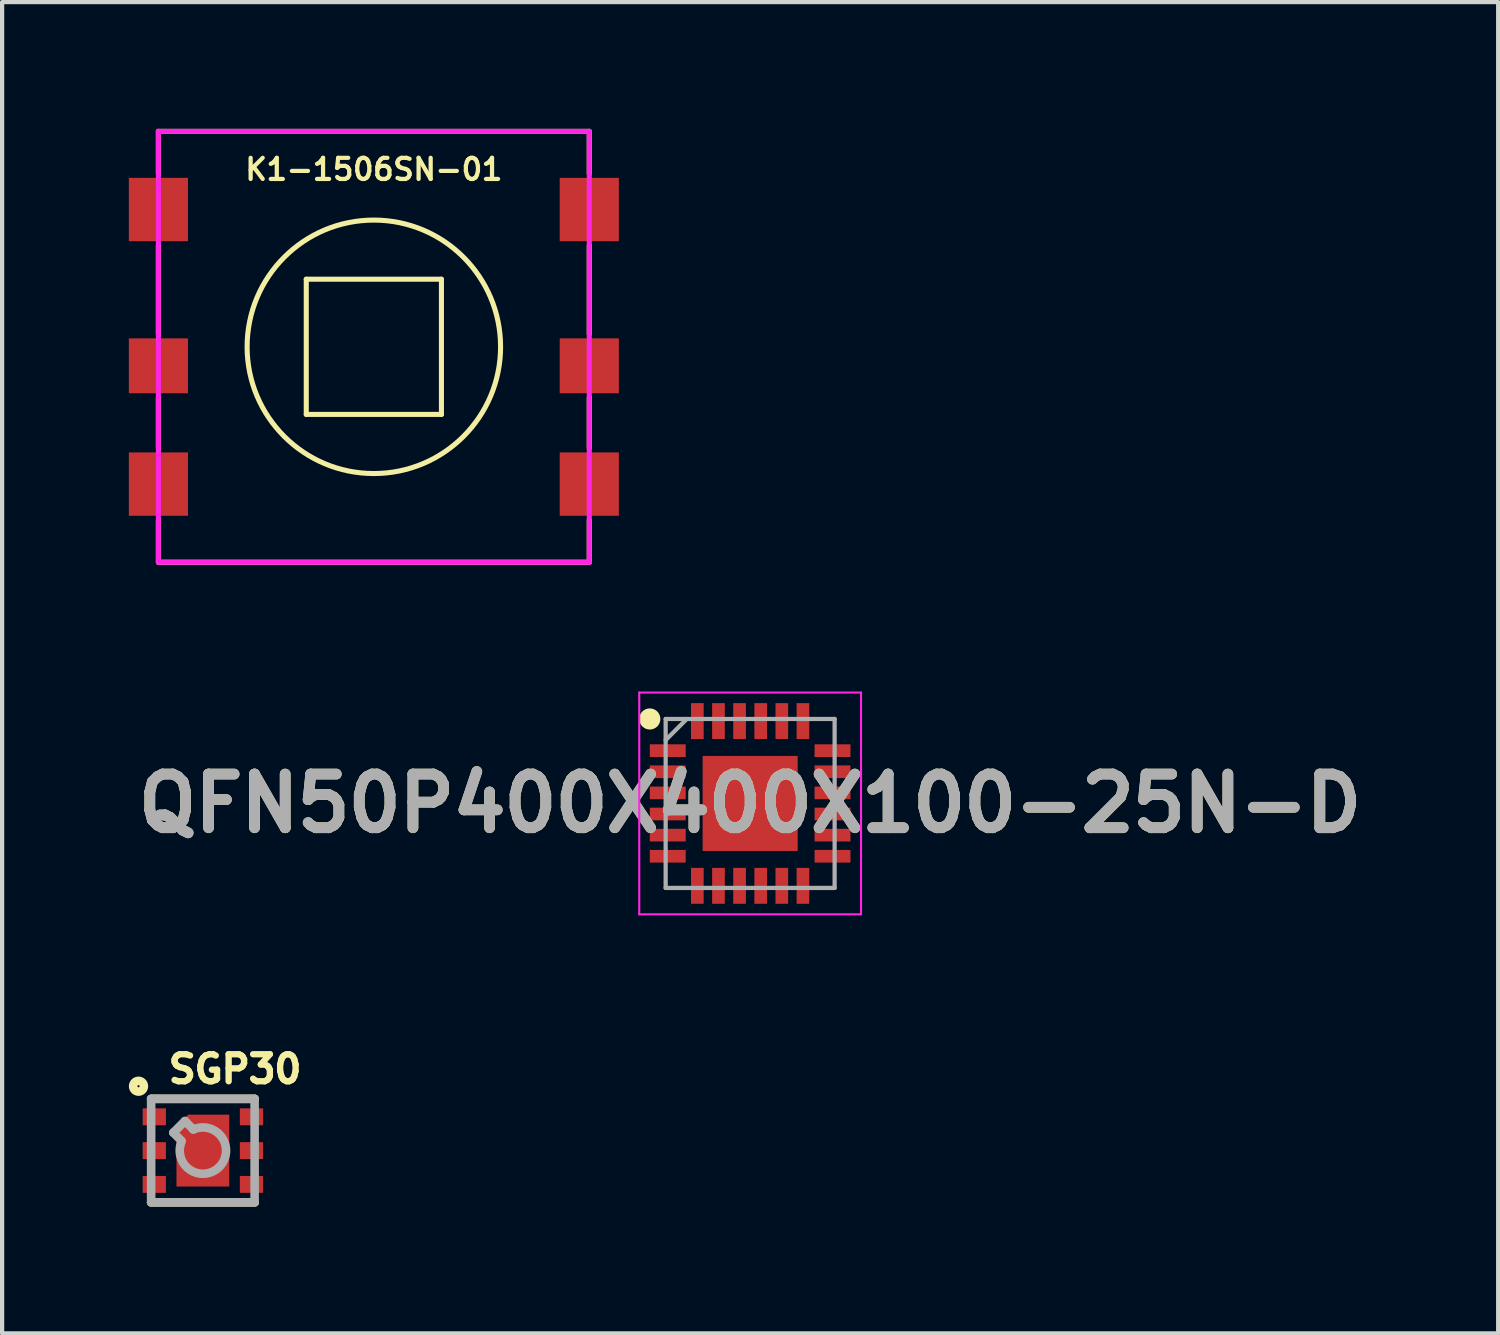
<source format=kicad_pcb>
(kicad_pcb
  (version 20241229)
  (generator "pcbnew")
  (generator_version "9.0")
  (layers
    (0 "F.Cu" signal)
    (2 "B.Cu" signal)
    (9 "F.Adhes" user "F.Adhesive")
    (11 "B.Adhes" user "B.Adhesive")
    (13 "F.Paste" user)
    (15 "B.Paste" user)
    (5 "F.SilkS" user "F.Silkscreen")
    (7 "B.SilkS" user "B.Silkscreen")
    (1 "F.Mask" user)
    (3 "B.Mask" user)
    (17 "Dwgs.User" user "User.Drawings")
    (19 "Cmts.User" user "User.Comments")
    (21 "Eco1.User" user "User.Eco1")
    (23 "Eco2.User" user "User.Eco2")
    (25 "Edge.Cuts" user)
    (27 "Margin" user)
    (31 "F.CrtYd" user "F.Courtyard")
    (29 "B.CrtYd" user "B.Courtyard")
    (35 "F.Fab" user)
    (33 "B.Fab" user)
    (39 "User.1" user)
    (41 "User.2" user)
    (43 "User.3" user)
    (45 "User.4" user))
  (footprint "SGP30"
    (layer "F.Cu")
    (at 1.753 24.188)
    (property "Reference" "SGP30" (at 0.762 -1.93 0) (layer "F.SilkS") (effects (font (size 0.64 0.64) (thickness 0.15))))
    (attr through_hole)
    (fp_poly (pts (xy -0.725 0.95) (xy 0.725 0.95) (xy 0.725 -0.95) (xy -0.4 -0.95) (xy -0.725 -0.625)) (stroke (width 0.0001) (type solid)) (fill yes) (layer "F.Mask"))
    (fp_line (start -1.225 -1.225) (end 1.225 -1.225) (stroke (width 0.203) (type solid)) (layer "F.SilkS"))
    (fp_line (start 1.225 1.225) (end -1.225 1.225) (stroke (width 0.203) (type solid)) (layer "F.SilkS"))
    (fp_circle (center -1.524 -1.524) (end -1.397 -1.524) (stroke (width 0.203) (type solid)) (fill no) (layer "F.SilkS"))
    (fp_poly (pts (xy -1.525 -1) (xy -0.975 -1) (xy -0.975 -0.6) (xy -1.525 -0.6)) (stroke (width 0.01) (type solid)) (fill yes) (layer "F.Paste"))
    (fp_poly (pts (xy -1.525 -0.2) (xy -0.975 -0.2) (xy -0.975 0.2) (xy -1.525 0.2)) (stroke (width 0.01) (type solid)) (fill yes) (layer "F.Paste"))
    (fp_poly (pts (xy -1.525 0.6) (xy -0.975 0.6) (xy -0.975 1) (xy -1.525 1)) (stroke (width 0.01) (type solid)) (fill yes) (layer "F.Paste"))
    (fp_poly (pts (xy -0.3 -0.425) (xy 0.3 -0.425) (xy 0.3 0.425) (xy -0.3 0.425)) (stroke (width 0.01) (type solid)) (fill yes) (layer "F.Paste"))
    (fp_poly (pts (xy 0.975 -1) (xy 1.525 -1) (xy 1.525 -0.6) (xy 0.975 -0.6)) (stroke (width 0.01) (type solid)) (fill yes) (layer "F.Paste"))
    (fp_poly (pts (xy 0.975 -0.2) (xy 1.525 -0.2) (xy 1.525 0.2) (xy 0.975 0.2)) (stroke (width 0.01) (type solid)) (fill yes) (layer "F.Paste"))
    (fp_poly (pts (xy 0.975 0.6) (xy 1.525 0.6) (xy 1.525 1) (xy 0.975 1)) (stroke (width 0.01) (type solid)) (fill yes) (layer "F.Paste"))
    (fp_line (start -1.225 -1.225) (end -1.225 1.225) (stroke (width 0.203) (type solid)) (layer "F.Fab"))
    (fp_line (start -1.225 1.225) (end 1.225 1.225) (stroke (width 0.203) (type solid)) (layer "F.Fab"))
    (fp_line (start -0.7 -0.425) (end -0.525 -0.25) (stroke (width 0.203) (type solid)) (layer "F.Fab"))
    (fp_line (start -0.425 -0.7) (end -0.7 -0.425) (stroke (width 0.203) (type solid)) (layer "F.Fab"))
    (fp_line (start -0.225 -0.5) (end -0.425 -0.7) (stroke (width 0.203) (type solid)) (layer "F.Fab"))
    (fp_line (start 1.225 -1.225) (end -1.225 -1.225) (stroke (width 0.203) (type solid)) (layer "F.Fab"))
    (fp_line (start 1.225 1.225) (end 1.225 -1.225) (stroke (width 0.203) (type solid)) (layer "F.Fab"))
    (fp_arc (start -0.225 -0.5) (mid 0.387692 0.387692) (end -0.5 -0.225) (stroke (width 0.2032) (type solid)) (layer "F.Fab"))
    (pad "1" smd rect (at -1.15 -0.8) (size 0.55 0.4) (layers "F.Cu" "F.Mask"))
    (pad "2" smd rect (at -1.15 0) (size 0.55 0.4) (layers "F.Cu" "F.Mask"))
    (pad "3" smd rect (at -1.15 0.8) (size 0.55 0.4) (layers "F.Cu" "F.Mask"))
    (pad "4" smd rect (at 1.15 0.8) (size 0.55 0.4) (layers "F.Cu" "F.Mask"))
    (pad "5" smd rect (at 1.15 0) (size 0.55 0.4) (layers "F.Cu" "F.Mask"))
    (pad "6" smd rect (at 1.15 -0.8) (size 0.55 0.4) (layers "F.Cu" "F.Mask"))
    (pad "DIEPAD" smd custom (at 0 0) (size 0.305 0.61) (layers "F.Cu") (options (anchor rect)) (primitives (gr_poly (pts (xy -0.625 0.85) (xy 0.625 0.85) (xy 0.625 -0.85) (xy -0.35 -0.85) (xy -0.625 -0.575)) (width 0.0001) (fill yes)))))
  (footprint "K1-1506SN-01"
    (layer "F.Cu")
    (at 5.8 5.16)
    (property "Reference" "K1-1506SN-01" (at 0 -4.2 0) (layer "F.SilkS") (effects (font (size 0.5 0.5) (thickness 0.1))))
    (attr smd)
    (fp_line (start -5.1 -5.1) (end -5.1 -4.1) (stroke (width 0.12) (type solid)) (layer "F.SilkS"))
    (fp_line (start -5.1 -2.4) (end -5.1 -0.3) (stroke (width 0.12) (type solid)) (layer "F.SilkS"))
    (fp_line (start -5.1 1.2) (end -5.1 2.4) (stroke (width 0.12) (type solid)) (layer "F.SilkS"))
    (fp_line (start -5.1 4.1) (end -5.1 5.1) (stroke (width 0.12) (type solid)) (layer "F.SilkS"))
    (fp_line (start -5.1 5.1) (end 5.1 5.1) (stroke (width 0.12) (type solid)) (layer "F.SilkS"))
    (fp_line (start -1.6 -1.6) (end 1.6 -1.6) (stroke (width 0.12) (type solid)) (layer "F.SilkS"))
    (fp_line (start -1.6 1.6) (end -1.6 -1.6) (stroke (width 0.12) (type solid)) (layer "F.SilkS"))
    (fp_line (start 1.6 1.6) (end -1.6 1.6) (stroke (width 0.12) (type solid)) (layer "F.SilkS"))
    (fp_line (start 1.6 1.6) (end 1.6 -1.6) (stroke (width 0.12) (type solid)) (layer "F.SilkS"))
    (fp_line (start 5.1 -5.1) (end -5.1 -5.1) (stroke (width 0.12) (type solid)) (layer "F.SilkS"))
    (fp_line (start 5.1 -5.1) (end 5.1 -4.1) (stroke (width 0.12) (type solid)) (layer "F.SilkS"))
    (fp_line (start 5.1 -2.4) (end 5.1 -0.3) (stroke (width 0.12) (type solid)) (layer "F.SilkS"))
    (fp_line (start 5.1 1.2) (end 5.1 2.4) (stroke (width 0.12) (type solid)) (layer "F.SilkS"))
    (fp_line (start 5.1 5.1) (end 5.1 4.1) (stroke (width 0.12) (type solid)) (layer "F.SilkS"))
    (fp_circle (center 0 0) (end 3 0) (stroke (width 0.12) (type solid)) (fill no) (layer "F.SilkS"))
    (fp_line (start -5.1 -5.1) (end -5.1 5.1) (stroke (width 0.12) (type solid)) (layer "F.CrtYd"))
    (fp_line (start -5.1 -5.1) (end 5.1 -5.1) (stroke (width 0.12) (type solid)) (layer "F.CrtYd"))
    (fp_line (start -5.1 5.1) (end 5.1 5.1) (stroke (width 0.12) (type solid)) (layer "F.CrtYd"))
    (fp_line (start 5.1 -5.1) (end 5.1 5.1) (stroke (width 0.12) (type solid)) (layer "F.CrtYd"))
    (pad "1" smd rect (at -5.1 -3.25) (size 1.4 1.5) (layers "F.Cu" "F.Mask" "F.Paste"))
    (pad "2" smd rect (at -5.1 0.45) (size 1.4 1.3) (layers "F.Cu" "F.Mask" "F.Paste"))
    (pad "3" smd rect (at -5.1 3.25) (size 1.4 1.5) (layers "F.Cu" "F.Mask" "F.Paste"))
    (pad "4" smd rect (at 5.1 3.25) (size 1.4 1.5) (layers "F.Cu" "F.Mask" "F.Paste"))
    (pad "5" smd rect (at 5.1 0.45) (size 1.4 1.3) (layers "F.Cu" "F.Mask" "F.Paste"))
    (pad "6" smd rect (at 5.1 -3.25) (size 1.4 1.5) (layers "F.Cu" "F.Mask" "F.Paste")))
  (footprint "QFN50P400X400X100-25N-D"
    (layer "F.Cu")
    (at 14.708 15.97)
    (property "Reference" "QFN50P400X400X100-25N-D" (at 0 0 0) (layer "F.SilkS") (effects (font (size 1.27 1.27) (thickness 0.254))))
    (attr smd)
    (fp_circle (center -2.375 -2) (end -2.375 -1.875) (stroke (width 0.25) (type solid)) (fill no) (layer "F.SilkS"))
    (fp_line (start -2.625 -2.625) (end 2.625 -2.625) (stroke (width 0.05) (type solid)) (layer "F.CrtYd"))
    (fp_line (start -2.625 2.625) (end -2.625 -2.625) (stroke (width 0.05) (type solid)) (layer "F.CrtYd"))
    (fp_line (start 2.625 -2.625) (end 2.625 2.625) (stroke (width 0.05) (type solid)) (layer "F.CrtYd"))
    (fp_line (start 2.625 2.625) (end -2.625 2.625) (stroke (width 0.05) (type solid)) (layer "F.CrtYd"))
    (fp_line (start -2 -2) (end 2 -2) (stroke (width 0.1) (type solid)) (layer "F.Fab"))
    (fp_line (start -2 -1.5) (end -1.5 -2) (stroke (width 0.1) (type solid)) (layer "F.Fab"))
    (fp_line (start -2 2) (end -2 -2) (stroke (width 0.1) (type solid)) (layer "F.Fab"))
    (fp_line (start 2 -2) (end 2 2) (stroke (width 0.1) (type solid)) (layer "F.Fab"))
    (fp_line (start 2 2) (end -2 2) (stroke (width 0.1) (type solid)) (layer "F.Fab"))
    (fp_text user "${REFERENCE}" (at 0 0 0) (layer "F.Fab") (effects (font (size 1.27 1.27) (thickness 0.254))))
    (pad "1" smd rect (at -1.95 -1.25 90) (size 0.3 0.85) (layers "F.Cu" "F.Mask" "F.Paste"))
    (pad "2" smd rect (at -1.95 -0.75 90) (size 0.3 0.85) (layers "F.Cu" "F.Mask" "F.Paste"))
    (pad "3" smd rect (at -1.95 -0.25 90) (size 0.3 0.85) (layers "F.Cu" "F.Mask" "F.Paste"))
    (pad "4" smd rect (at -1.95 0.25 90) (size 0.3 0.85) (layers "F.Cu" "F.Mask" "F.Paste"))
    (pad "5" smd rect (at -1.95 0.75 90) (size 0.3 0.85) (layers "F.Cu" "F.Mask" "F.Paste"))
    (pad "6" smd rect (at -1.95 1.25 90) (size 0.3 0.85) (layers "F.Cu" "F.Mask" "F.Paste"))
    (pad "7" smd rect (at -1.25 1.95) (size 0.3 0.85) (layers "F.Cu" "F.Mask" "F.Paste"))
    (pad "8" smd rect (at -0.75 1.95) (size 0.3 0.85) (layers "F.Cu" "F.Mask" "F.Paste"))
    (pad "9" smd rect (at -0.25 1.95) (size 0.3 0.85) (layers "F.Cu" "F.Mask" "F.Paste"))
    (pad "10" smd rect (at 0.25 1.95) (size 0.3 0.85) (layers "F.Cu" "F.Mask" "F.Paste"))
    (pad "11" smd rect (at 0.75 1.95) (size 0.3 0.85) (layers "F.Cu" "F.Mask" "F.Paste"))
    (pad "12" smd rect (at 1.25 1.95) (size 0.3 0.85) (layers "F.Cu" "F.Mask" "F.Paste"))
    (pad "13" smd rect (at 1.95 1.25 90) (size 0.3 0.85) (layers "F.Cu" "F.Mask" "F.Paste"))
    (pad "14" smd rect (at 1.95 0.75 90) (size 0.3 0.85) (layers "F.Cu" "F.Mask" "F.Paste"))
    (pad "15" smd rect (at 1.95 0.25 90) (size 0.3 0.85) (layers "F.Cu" "F.Mask" "F.Paste"))
    (pad "16" smd rect (at 1.95 -0.25 90) (size 0.3 0.85) (layers "F.Cu" "F.Mask" "F.Paste"))
    (pad "17" smd rect (at 1.95 -0.75 90) (size 0.3 0.85) (layers "F.Cu" "F.Mask" "F.Paste"))
    (pad "18" smd rect (at 1.95 -1.25 90) (size 0.3 0.85) (layers "F.Cu" "F.Mask" "F.Paste"))
    (pad "19" smd rect (at 1.25 -1.95) (size 0.3 0.85) (layers "F.Cu" "F.Mask" "F.Paste"))
    (pad "20" smd rect (at 0.75 -1.95) (size 0.3 0.85) (layers "F.Cu" "F.Mask" "F.Paste"))
    (pad "21" smd rect (at 0.25 -1.95) (size 0.3 0.85) (layers "F.Cu" "F.Mask" "F.Paste"))
    (pad "22" smd rect (at -0.25 -1.95) (size 0.3 0.85) (layers "F.Cu" "F.Mask" "F.Paste"))
    (pad "23" smd rect (at -0.75 -1.95) (size 0.3 0.85) (layers "F.Cu" "F.Mask" "F.Paste"))
    (pad "24" smd rect (at -1.25 -1.95) (size 0.3 0.85) (layers "F.Cu" "F.Mask" "F.Paste"))
    (pad "25" smd rect (at 0 0) (size 2.25 2.25) (layers "F.Cu" "F.Mask" "F.Paste")))
  (gr_rect
    (start -3 -3)
    (end 32.416 28.515)
    (stroke (width 0.1) (type default))
    (fill no)
    (layer "Edge.Cuts")))
</source>
